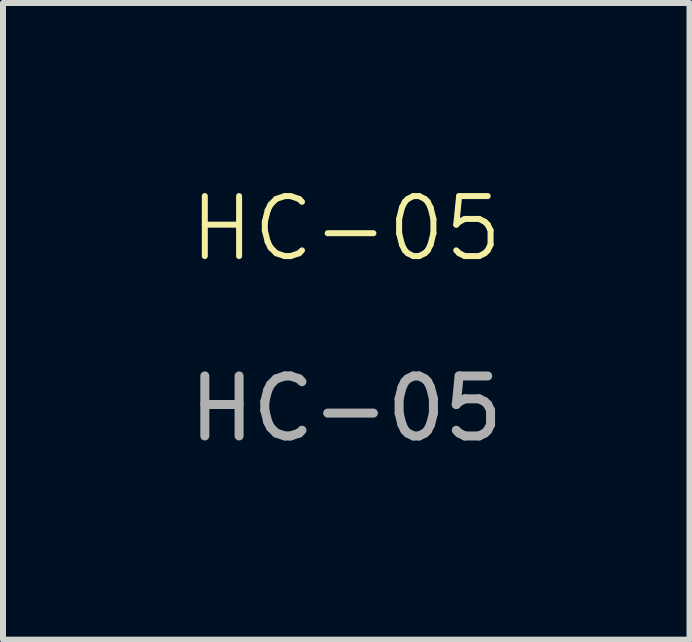
<source format=kicad_pcb>
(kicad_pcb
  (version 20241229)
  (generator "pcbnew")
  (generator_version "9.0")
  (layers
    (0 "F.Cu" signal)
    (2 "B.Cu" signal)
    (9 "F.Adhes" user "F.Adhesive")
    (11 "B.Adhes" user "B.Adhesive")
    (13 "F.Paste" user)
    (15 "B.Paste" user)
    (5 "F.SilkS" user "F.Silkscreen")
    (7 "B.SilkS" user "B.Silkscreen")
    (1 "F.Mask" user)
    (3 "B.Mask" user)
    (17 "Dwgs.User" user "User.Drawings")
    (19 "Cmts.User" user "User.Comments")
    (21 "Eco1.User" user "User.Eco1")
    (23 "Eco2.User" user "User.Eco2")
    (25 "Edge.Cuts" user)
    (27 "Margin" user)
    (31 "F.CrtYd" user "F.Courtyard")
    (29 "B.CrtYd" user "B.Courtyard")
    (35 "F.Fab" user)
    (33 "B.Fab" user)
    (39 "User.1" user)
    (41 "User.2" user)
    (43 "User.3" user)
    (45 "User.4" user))
  (footprint "HC-05"
    (layer "F.Cu")
    (at 2.72 1.26)
    (property "Reference" "HC-05" (at 0 -0.5 0) (unlocked yes) (layer "F.SilkS") (effects (font (size 1 1) (thickness 0.1))))
    (attr through_hole)
    (fp_text user "${REFERENCE}" (at 0 2.5 0) (unlocked yes) (layer "F.Fab") (effects (font (size 1 1) (thickness 0.15)))))
  (gr_rect
    (start -3 -3)
    (end 8.44 7.609)
    (stroke (width 0.1) (type default))
    (fill no)
    (layer "Edge.Cuts")))
</source>
